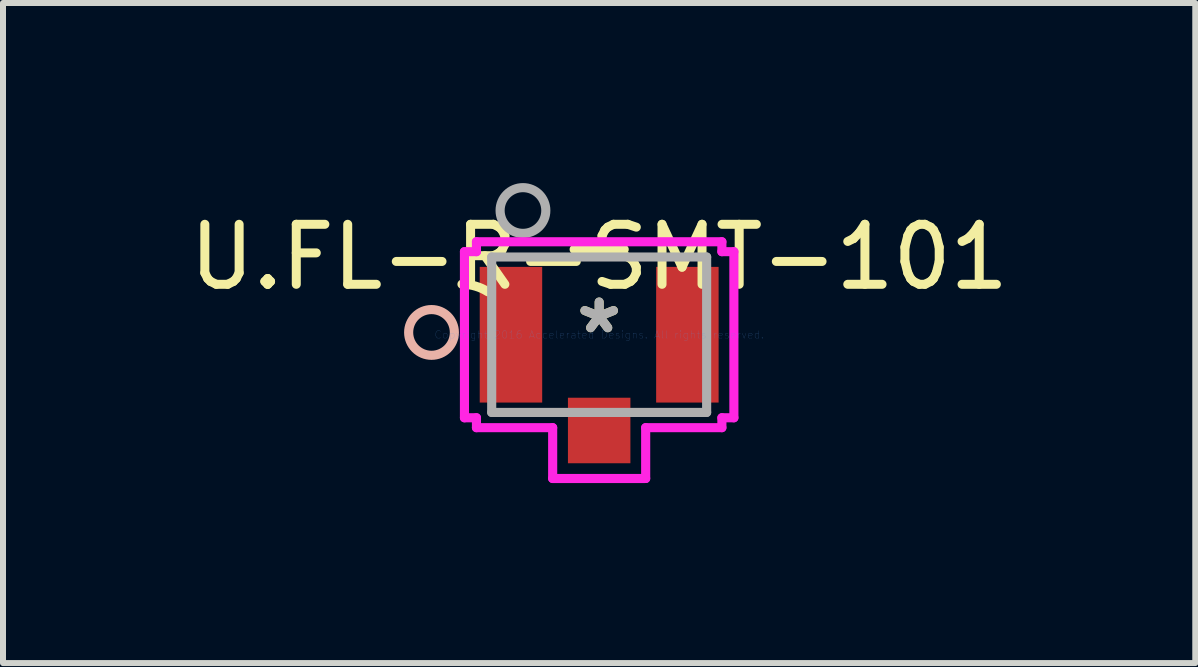
<source format=kicad_pcb>
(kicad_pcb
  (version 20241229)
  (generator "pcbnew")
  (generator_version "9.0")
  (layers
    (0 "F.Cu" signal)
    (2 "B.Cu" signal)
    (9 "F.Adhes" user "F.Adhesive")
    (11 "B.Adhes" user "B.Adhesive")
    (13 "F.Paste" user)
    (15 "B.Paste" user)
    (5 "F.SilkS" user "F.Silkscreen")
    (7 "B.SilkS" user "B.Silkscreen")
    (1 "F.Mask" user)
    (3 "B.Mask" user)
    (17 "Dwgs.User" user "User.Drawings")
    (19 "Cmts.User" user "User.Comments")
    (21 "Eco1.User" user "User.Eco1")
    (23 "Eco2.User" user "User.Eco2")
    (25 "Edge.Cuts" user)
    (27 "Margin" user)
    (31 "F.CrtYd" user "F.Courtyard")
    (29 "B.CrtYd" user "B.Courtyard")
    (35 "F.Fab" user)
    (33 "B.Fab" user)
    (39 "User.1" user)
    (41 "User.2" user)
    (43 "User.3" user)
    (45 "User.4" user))
  (footprint "U.FL-R-SMT-101"
    (layer "F.Cu")
    (at 6.935 2.528)
    (property "Reference" "U.FL-R-SMT-101" (at 0 -1.295 0) (layer "F.SilkS") (effects (font (size 1 1) (thickness 0.15))))
    (attr through_hole)
    (fp_line (start 0.417 -1.422) (end -0.417 -1.422) (stroke (width 0.152) (type solid)) (layer "F.SilkS"))
    (fp_arc (start -2.286 -0.841619) (mid -2.06143 -0.809587) (end -1.854771 -0.716045) (stroke (width 0.1524) (type solid)) (layer "F.SilkS"))
    (fp_circle (center -2.794 -0.038) (end -2.413 -0.038) (stroke (width 0.152) (type solid)) (fill no) (layer "B.SilkS"))
    (fp_line (start -2.245 -1.384) (end -2.245 1.384) (stroke (width 0.152) (type solid)) (layer "F.CrtYd"))
    (fp_line (start -2.245 1.384) (end -2.045 1.384) (stroke (width 0.152) (type solid)) (layer "F.CrtYd"))
    (fp_line (start -2.045 -1.549) (end -2.045 -1.384) (stroke (width 0.152) (type solid)) (layer "F.CrtYd"))
    (fp_line (start -2.045 -1.384) (end -2.245 -1.384) (stroke (width 0.152) (type solid)) (layer "F.CrtYd"))
    (fp_line (start -2.045 1.384) (end -2.045 1.549) (stroke (width 0.152) (type solid)) (layer "F.CrtYd"))
    (fp_line (start -2.045 1.549) (end -0.775 1.549) (stroke (width 0.152) (type solid)) (layer "F.CrtYd"))
    (fp_line (start -0.775 1.549) (end -0.775 2.396) (stroke (width 0.152) (type solid)) (layer "F.CrtYd"))
    (fp_line (start -0.775 2.396) (end 0.775 2.396) (stroke (width 0.152) (type solid)) (layer "F.CrtYd"))
    (fp_line (start 0.775 1.549) (end 2.045 1.549) (stroke (width 0.152) (type solid)) (layer "F.CrtYd"))
    (fp_line (start 0.775 2.396) (end 0.775 1.549) (stroke (width 0.152) (type solid)) (layer "F.CrtYd"))
    (fp_line (start 2.045 -1.549) (end -2.045 -1.549) (stroke (width 0.152) (type solid)) (layer "F.CrtYd"))
    (fp_line (start 2.045 -1.384) (end 2.045 -1.549) (stroke (width 0.152) (type solid)) (layer "F.CrtYd"))
    (fp_line (start 2.045 1.384) (end 2.245 1.384) (stroke (width 0.152) (type solid)) (layer "F.CrtYd"))
    (fp_line (start 2.045 1.549) (end 2.045 1.384) (stroke (width 0.152) (type solid)) (layer "F.CrtYd"))
    (fp_line (start 2.245 -1.384) (end 2.045 -1.384) (stroke (width 0.152) (type solid)) (layer "F.CrtYd"))
    (fp_line (start 2.245 1.384) (end 2.245 -1.384) (stroke (width 0.152) (type solid)) (layer "F.CrtYd"))
    (fp_line (start -1.791 -1.295) (end -1.791 1.295) (stroke (width 0.152) (type solid)) (layer "F.Fab"))
    (fp_line (start -1.791 1.295) (end 1.791 1.295) (stroke (width 0.152) (type solid)) (layer "F.Fab"))
    (fp_line (start 1.791 -1.295) (end -1.791 -1.295) (stroke (width 0.152) (type solid)) (layer "F.Fab"))
    (fp_line (start 1.791 1.295) (end 1.791 -1.295) (stroke (width 0.152) (type solid)) (layer "F.Fab"))
    (fp_circle (center -1.27 -2.07) (end -0.889 -2.07) (stroke (width 0.152) (type solid)) (fill no) (layer "F.Fab"))
    (fp_text user "*" (at 0 0 0) (layer "F.SilkS") (effects (font (size 1 1) (thickness 0.15))))
    (fp_text user "Copyright 2016 Accelerated Designs. All rights reserved." (at 0 0 0) (layer "Cmts.User") (effects (font (size 0.127 0.127) (thickness 0.002))))
    (fp_text user "*" (at 0 0 0) (layer "F.Fab") (effects (font (size 1 1) (thickness 0.15))))
    (pad "1" smd rect (at -1.47 0.0001) (size 1.041 2.261) (layers "F.Cu" "F.Mask" "F.Paste"))
    (pad "2" smd rect (at 1.47 0.0001) (size 1.041 2.261) (layers "F.Cu" "F.Mask" "F.Paste"))
    (pad "3" smd rect (at 0 1.596) (size 1.041 1.092) (layers "F.Cu" "F.Mask" "F.Paste")))
  (gr_rect
    (start -3 -3)
    (end 16.869 8)
    (stroke (width 0.1) (type default))
    (fill no)
    (layer "Edge.Cuts")))
</source>
